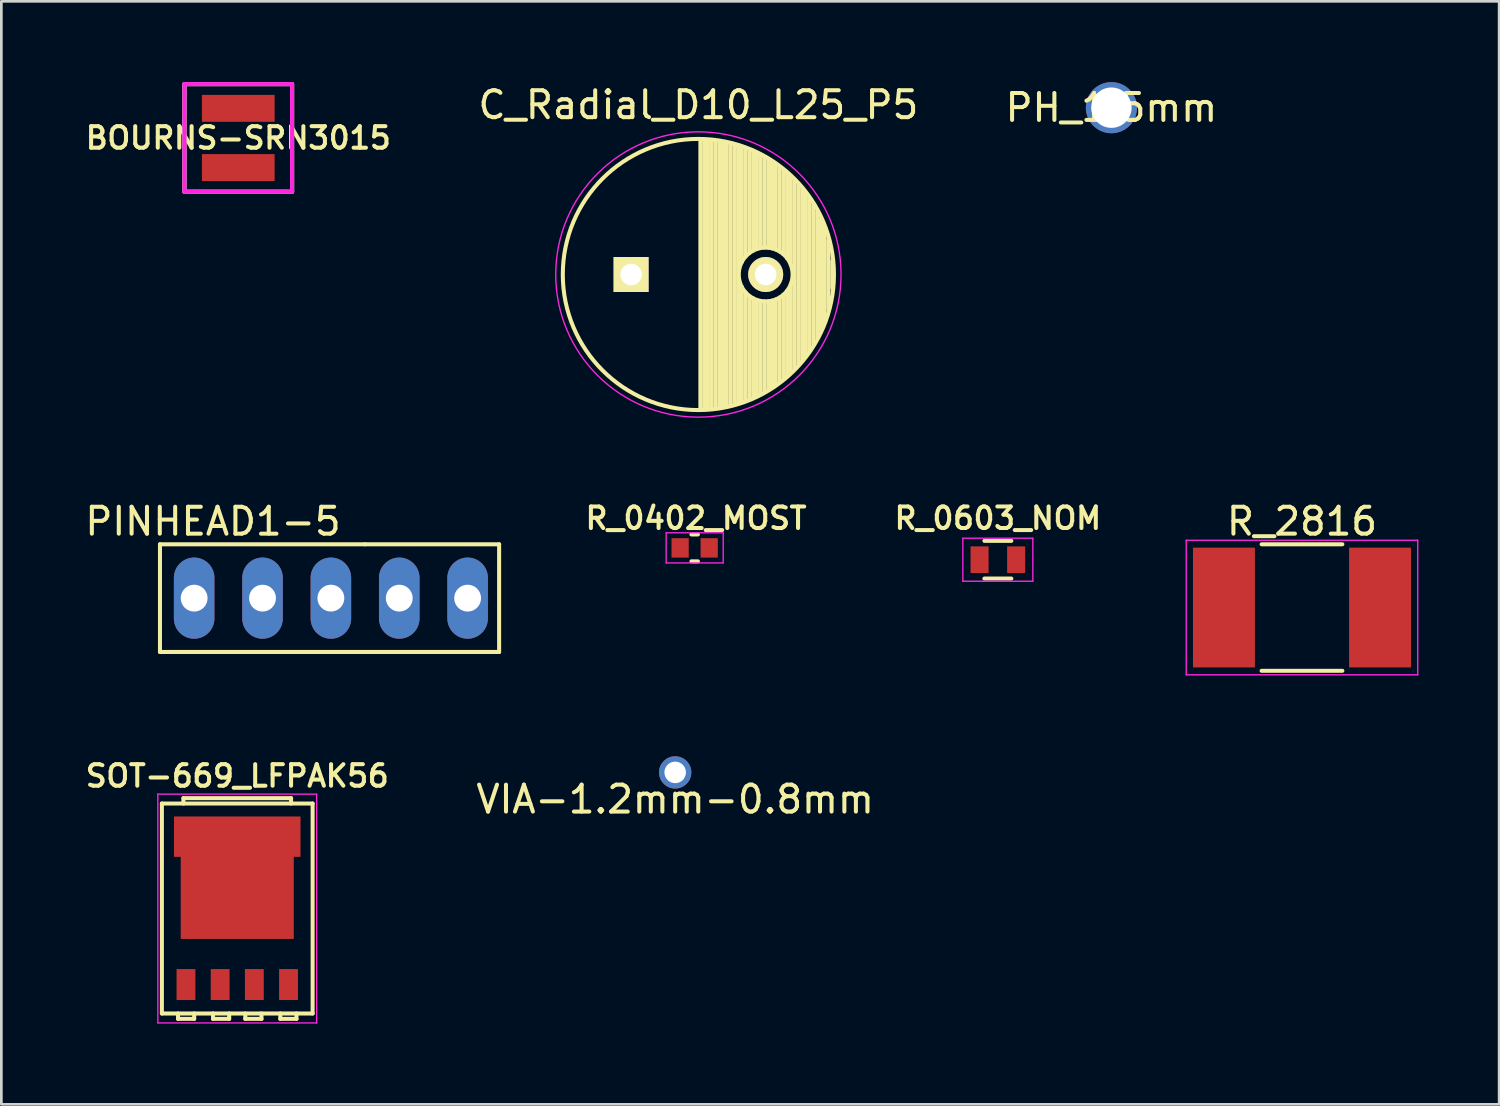
<source format=kicad_pcb>
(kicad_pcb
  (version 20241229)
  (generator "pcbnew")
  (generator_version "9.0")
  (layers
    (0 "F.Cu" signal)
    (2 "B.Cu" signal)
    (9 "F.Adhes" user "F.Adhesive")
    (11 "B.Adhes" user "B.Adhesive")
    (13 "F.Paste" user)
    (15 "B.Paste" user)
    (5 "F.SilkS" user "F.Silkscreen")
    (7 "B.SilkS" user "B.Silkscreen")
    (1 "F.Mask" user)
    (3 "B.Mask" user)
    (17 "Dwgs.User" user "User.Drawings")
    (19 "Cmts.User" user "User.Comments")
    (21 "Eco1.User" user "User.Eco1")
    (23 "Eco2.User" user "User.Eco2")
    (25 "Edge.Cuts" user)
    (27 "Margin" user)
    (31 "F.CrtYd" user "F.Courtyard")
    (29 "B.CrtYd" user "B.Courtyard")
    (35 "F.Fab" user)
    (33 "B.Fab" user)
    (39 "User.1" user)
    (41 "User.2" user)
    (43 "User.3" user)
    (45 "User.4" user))
  (footprint "SOT-669_LFPAK56"
    (layer "F.Cu")
    (at 5.764 30.703)
    (property "Reference" "SOT-669_LFPAK56" (at 0 -4.925 0) (layer "F.SilkS") (effects (font (size 0.8 0.8) (thickness 0.15))))
    (attr smd)
    (fp_line (start -2.8 -3.9) (end 2.8 -3.9) (stroke (width 0.15) (type solid)) (layer "F.SilkS"))
    (fp_line (start -2.8 3.9) (end -2.8 -3.9) (stroke (width 0.15) (type solid)) (layer "F.SilkS"))
    (fp_line (start -2.2 3.9) (end -2.2 4.1) (stroke (width 0.15) (type solid)) (layer "F.SilkS"))
    (fp_line (start -2.2 4.1) (end -1.6 4.1) (stroke (width 0.15) (type solid)) (layer "F.SilkS"))
    (fp_line (start -2 -4.1) (end 2 -4.1) (stroke (width 0.15) (type solid)) (layer "F.SilkS"))
    (fp_line (start -2 -3.9) (end -2 -4.1) (stroke (width 0.15) (type solid)) (layer "F.SilkS"))
    (fp_line (start -1.6 4.1) (end -1.6 3.9) (stroke (width 0.15) (type solid)) (layer "F.SilkS"))
    (fp_line (start -0.9 3.9) (end -0.9 4.1) (stroke (width 0.15) (type solid)) (layer "F.SilkS"))
    (fp_line (start -0.9 4.1) (end -0.3 4.1) (stroke (width 0.15) (type solid)) (layer "F.SilkS"))
    (fp_line (start -0.3 4.1) (end -0.3 3.9) (stroke (width 0.15) (type solid)) (layer "F.SilkS"))
    (fp_line (start 0.3 3.9) (end 0.3 4.1) (stroke (width 0.15) (type solid)) (layer "F.SilkS"))
    (fp_line (start 0.3 4.1) (end 0.9 4.1) (stroke (width 0.15) (type solid)) (layer "F.SilkS"))
    (fp_line (start 0.9 4.1) (end 0.9 3.9) (stroke (width 0.15) (type solid)) (layer "F.SilkS"))
    (fp_line (start 1.6 3.9) (end 1.6 4.1) (stroke (width 0.15) (type solid)) (layer "F.SilkS"))
    (fp_line (start 1.6 4.1) (end 2.2 4.1) (stroke (width 0.15) (type solid)) (layer "F.SilkS"))
    (fp_line (start 2 -4.1) (end 2 -3.9) (stroke (width 0.15) (type solid)) (layer "F.SilkS"))
    (fp_line (start 2.2 4.1) (end 2.2 3.9) (stroke (width 0.15) (type solid)) (layer "F.SilkS"))
    (fp_line (start 2.8 -3.9) (end 2.8 3.9) (stroke (width 0.15) (type solid)) (layer "F.SilkS"))
    (fp_line (start 2.8 3.9) (end -2.8 3.9) (stroke (width 0.15) (type solid)) (layer "F.SilkS"))
    (fp_line (start -2.95 -4.25) (end 2.95 -4.25) (stroke (width 0.05) (type solid)) (layer "F.CrtYd"))
    (fp_line (start -2.95 4.25) (end -2.95 -4.25) (stroke (width 0.05) (type solid)) (layer "F.CrtYd"))
    (fp_line (start -2.95 4.25) (end 2.95 4.25) (stroke (width 0.05) (type solid)) (layer "F.CrtYd"))
    (fp_line (start 2.95 -4.25) (end 2.95 4.25) (stroke (width 0.05) (type solid)) (layer "F.CrtYd"))
    (pad "1" smd rect (at -1.905 2.825) (size 0.7 1.15) (layers "F.Cu" "F.Mask" "F.Paste"))
    (pad "2" smd rect (at -0.635 2.825) (size 0.7 1.15) (layers "F.Cu" "F.Mask" "F.Paste"))
    (pad "3" smd rect (at 0.635 2.825) (size 0.7 1.15) (layers "F.Cu" "F.Mask" "F.Paste"))
    (pad "4" smd rect (at 1.905 2.825) (size 0.7 1.15) (layers "F.Cu" "F.Mask" "F.Paste"))
    (pad "5" smd rect (at -1.875 -2.9) (size 0.6 0.9) (layers "F.Cu" "F.Paste"))
    (pad "5" smd rect (at -1.15 -1.05 90) (size 0.6 0.9) (layers "F.Cu" "F.Paste"))
    (pad "5" smd rect (at -1.15 -0.2 90) (size 0.6 0.9) (layers "F.Cu" "F.Paste"))
    (pad "5" smd rect (at -1.15 0.65 90) (size 0.6 0.9) (layers "F.Cu" "F.Paste"))
    (pad "5" smd rect (at -0.6 -2.9) (size 0.6 0.9) (layers "F.Cu" "F.Paste"))
    (pad "5" smd rect (at 0 -2.67) (size 4.7 1.5) (layers "F.Cu" "F.Mask"))
    (pad "5" smd rect (at 0 -1.05 90) (size 0.6 0.9) (layers "F.Cu" "F.Paste"))
    (pad "5" smd rect (at 0 -0.67) (size 4.2 3.6) (layers "F.Cu" "F.Mask"))
    (pad "5" smd rect (at 0 -0.2 90) (size 0.6 0.9) (layers "F.Cu" "F.Paste"))
    (pad "5" smd rect (at 0 0.65 90) (size 0.6 0.9) (layers "F.Cu" "F.Paste"))
    (pad "5" smd rect (at 0.6 -2.9) (size 0.6 0.9) (layers "F.Cu" "F.Paste"))
    (pad "5" smd rect (at 1.15 -1.05 90) (size 0.6 0.9) (layers "F.Cu" "F.Paste"))
    (pad "5" smd rect (at 1.15 -0.2 90) (size 0.6 0.9) (layers "F.Cu" "F.Paste"))
    (pad "5" smd rect (at 1.15 0.65 90) (size 0.6 0.9) (layers "F.Cu" "F.Paste"))
    (pad "5" smd rect (at 1.875 -2.9) (size 0.6 0.9) (layers "F.Cu" "F.Paste")))
  (footprint "PH_1.5mm"
    (layer "F.Cu")
    (at 38.241 0.95)
    (property "Reference" "PH_1.5mm" (at 0 0 0) (layer "F.SilkS") (effects (font (size 1 1) (thickness 0.15))))
    (attr through_hole)
    (pad "1" thru_hole circle (at 0 0) (size 1.9 1.9) (drill 1.5) (layers "*.Cu" "*.Mask")))
  (footprint "R_2816"
    (layer "F.Cu")
    (at 45.321 19.521)
    (property "Reference" "R_2816" (at 0 -3.2 0) (layer "F.SilkS") (effects (font (size 1 1) (thickness 0.15))))
    (attr smd)
    (fp_line (start -1.5 -2.35) (end 1.5 -2.35) (stroke (width 0.15) (type solid)) (layer "F.SilkS"))
    (fp_line (start -1.5 2.35) (end 1.5 2.35) (stroke (width 0.15) (type solid)) (layer "F.SilkS"))
    (fp_line (start -4.3 -2.5) (end 4.3 -2.5) (stroke (width 0.05) (type solid)) (layer "F.CrtYd"))
    (fp_line (start -4.3 2.5) (end -4.3 -2.5) (stroke (width 0.05) (type solid)) (layer "F.CrtYd"))
    (fp_line (start 4.3 -2.5) (end 4.3 2.5) (stroke (width 0.05) (type solid)) (layer "F.CrtYd"))
    (fp_line (start 4.3 2.5) (end -4.3 2.5) (stroke (width 0.05) (type solid)) (layer "F.CrtYd"))
    (pad "1" smd rect (at -2.9 0) (size 2.3 4.45) (layers "F.Cu" "F.Mask" "F.Paste"))
    (pad "2" smd rect (at 2.9 0) (size 2.3 4.45) (layers "F.Cu" "F.Mask" "F.Paste")))
  (footprint "C_Radial_D10_L25_P5"
    (layer "F.Cu")
    (at 20.396 7.148)
    (property "Reference" "C_Radial_D10_L25_P5" (at 2.5 -6.3 0) (layer "F.SilkS") (effects (font (size 1 1) (thickness 0.15))))
    (attr through_hole)
    (fp_line (start 2.575 -4.999) (end 2.575 4.999) (stroke (width 0.15) (type solid)) (layer "F.SilkS"))
    (fp_line (start 2.715 -4.995) (end 2.715 4.995) (stroke (width 0.15) (type solid)) (layer "F.SilkS"))
    (fp_line (start 2.855 -4.987) (end 2.855 4.987) (stroke (width 0.15) (type solid)) (layer "F.SilkS"))
    (fp_line (start 2.995 -4.975) (end 2.995 4.975) (stroke (width 0.15) (type solid)) (layer "F.SilkS"))
    (fp_line (start 3.135 -4.96) (end 3.135 4.96) (stroke (width 0.15) (type solid)) (layer "F.SilkS"))
    (fp_line (start 3.275 -4.94) (end 3.275 4.94) (stroke (width 0.15) (type solid)) (layer "F.SilkS"))
    (fp_line (start 3.415 -4.916) (end 3.415 4.916) (stroke (width 0.15) (type solid)) (layer "F.SilkS"))
    (fp_line (start 3.555 -4.887) (end 3.555 4.887) (stroke (width 0.15) (type solid)) (layer "F.SilkS"))
    (fp_line (start 3.695 -4.855) (end 3.695 4.855) (stroke (width 0.15) (type solid)) (layer "F.SilkS"))
    (fp_line (start 3.835 -4.818) (end 3.835 4.818) (stroke (width 0.15) (type solid)) (layer "F.SilkS"))
    (fp_line (start 3.975 -4.777) (end 3.975 4.777) (stroke (width 0.15) (type solid)) (layer "F.SilkS"))
    (fp_line (start 4.115 -4.732) (end 4.115 -0.466) (stroke (width 0.15) (type solid)) (layer "F.SilkS"))
    (fp_line (start 4.115 0.466) (end 4.115 4.732) (stroke (width 0.15) (type solid)) (layer "F.SilkS"))
    (fp_line (start 4.255 -4.682) (end 4.255 -0.667) (stroke (width 0.15) (type solid)) (layer "F.SilkS"))
    (fp_line (start 4.255 0.667) (end 4.255 4.682) (stroke (width 0.15) (type solid)) (layer "F.SilkS"))
    (fp_line (start 4.395 -4.627) (end 4.395 -0.796) (stroke (width 0.15) (type solid)) (layer "F.SilkS"))
    (fp_line (start 4.395 0.796) (end 4.395 4.627) (stroke (width 0.15) (type solid)) (layer "F.SilkS"))
    (fp_line (start 4.535 -4.567) (end 4.535 -0.885) (stroke (width 0.15) (type solid)) (layer "F.SilkS"))
    (fp_line (start 4.535 0.885) (end 4.535 4.567) (stroke (width 0.15) (type solid)) (layer "F.SilkS"))
    (fp_line (start 4.675 -4.502) (end 4.675 -0.946) (stroke (width 0.15) (type solid)) (layer "F.SilkS"))
    (fp_line (start 4.675 0.946) (end 4.675 4.502) (stroke (width 0.15) (type solid)) (layer "F.SilkS"))
    (fp_line (start 4.815 -4.432) (end 4.815 -0.983) (stroke (width 0.15) (type solid)) (layer "F.SilkS"))
    (fp_line (start 4.815 0.983) (end 4.815 4.432) (stroke (width 0.15) (type solid)) (layer "F.SilkS"))
    (fp_line (start 4.955 -4.356) (end 4.955 -0.999) (stroke (width 0.15) (type solid)) (layer "F.SilkS"))
    (fp_line (start 4.955 0.999) (end 4.955 4.356) (stroke (width 0.15) (type solid)) (layer "F.SilkS"))
    (fp_line (start 5.095 -4.274) (end 5.095 -0.995) (stroke (width 0.15) (type solid)) (layer "F.SilkS"))
    (fp_line (start 5.095 0.995) (end 5.095 4.274) (stroke (width 0.15) (type solid)) (layer "F.SilkS"))
    (fp_line (start 5.235 -4.186) (end 5.235 -0.972) (stroke (width 0.15) (type solid)) (layer "F.SilkS"))
    (fp_line (start 5.235 0.972) (end 5.235 4.186) (stroke (width 0.15) (type solid)) (layer "F.SilkS"))
    (fp_line (start 5.375 -4.091) (end 5.375 -0.927) (stroke (width 0.15) (type solid)) (layer "F.SilkS"))
    (fp_line (start 5.375 0.927) (end 5.375 4.091) (stroke (width 0.15) (type solid)) (layer "F.SilkS"))
    (fp_line (start 5.515 -3.989) (end 5.515 -0.857) (stroke (width 0.15) (type solid)) (layer "F.SilkS"))
    (fp_line (start 5.515 0.857) (end 5.515 3.989) (stroke (width 0.15) (type solid)) (layer "F.SilkS"))
    (fp_line (start 5.655 -3.879) (end 5.655 -0.756) (stroke (width 0.15) (type solid)) (layer "F.SilkS"))
    (fp_line (start 5.655 0.756) (end 5.655 3.879) (stroke (width 0.15) (type solid)) (layer "F.SilkS"))
    (fp_line (start 5.795 -3.761) (end 5.795 -0.607) (stroke (width 0.15) (type solid)) (layer "F.SilkS"))
    (fp_line (start 5.795 0.607) (end 5.795 3.761) (stroke (width 0.15) (type solid)) (layer "F.SilkS"))
    (fp_line (start 5.935 -3.633) (end 5.935 -0.355) (stroke (width 0.15) (type solid)) (layer "F.SilkS"))
    (fp_line (start 5.935 0.355) (end 5.935 3.633) (stroke (width 0.15) (type solid)) (layer "F.SilkS"))
    (fp_line (start 6.075 -3.496) (end 6.075 3.496) (stroke (width 0.15) (type solid)) (layer "F.SilkS"))
    (fp_line (start 6.215 -3.346) (end 6.215 3.346) (stroke (width 0.15) (type solid)) (layer "F.SilkS"))
    (fp_line (start 6.355 -3.184) (end 6.355 3.184) (stroke (width 0.15) (type solid)) (layer "F.SilkS"))
    (fp_line (start 6.495 -3.007) (end 6.495 3.007) (stroke (width 0.15) (type solid)) (layer "F.SilkS"))
    (fp_line (start 6.635 -2.811) (end 6.635 2.811) (stroke (width 0.15) (type solid)) (layer "F.SilkS"))
    (fp_line (start 6.775 -2.593) (end 6.775 2.593) (stroke (width 0.15) (type solid)) (layer "F.SilkS"))
    (fp_line (start 6.915 -2.347) (end 6.915 2.347) (stroke (width 0.15) (type solid)) (layer "F.SilkS"))
    (fp_line (start 7.055 -2.062) (end 7.055 2.062) (stroke (width 0.15) (type solid)) (layer "F.SilkS"))
    (fp_line (start 7.195 -1.72) (end 7.195 1.72) (stroke (width 0.15) (type solid)) (layer "F.SilkS"))
    (fp_line (start 7.335 -1.274) (end 7.335 1.274) (stroke (width 0.15) (type solid)) (layer "F.SilkS"))
    (fp_line (start 7.475 -0.499) (end 7.475 0.499) (stroke (width 0.15) (type solid)) (layer "F.SilkS"))
    (fp_circle (center 2.5 0) (end 2.5 -5.037) (stroke (width 0.15) (type solid)) (fill no) (layer "F.SilkS"))
    (fp_circle (center 5 0) (end 5 -1) (stroke (width 0.15) (type solid)) (fill no) (layer "F.SilkS"))
    (fp_circle (center 2.5 0) (end 2.5 -5.3) (stroke (width 0.05) (type solid)) (fill no) (layer "F.CrtYd"))
    (pad "1" thru_hole rect (at 0 0) (size 1.3 1.3) (drill 0.8) (layers "*.Cu" "*.Mask" "F.SilkS"))
    (pad "2" thru_hole circle (at 5 0) (size 1.3 1.3) (drill 0.8) (layers "*.Cu" "*.Mask" "F.SilkS")))
  (footprint "PINHEAD1-5"
    (layer "F.Cu")
    (at 9.243 19.172)
    (property "Reference" "PINHEAD1-5" (at -4.38 -2.85 0) (layer "F.SilkS") (effects (font (size 1 1) (thickness 0.15))))
    (attr exclude_from_pos_files exclude_from_bom)
    (fp_line (start -6.35 -2) (end -6.35 2) (stroke (width 0.15) (type solid)) (layer "F.SilkS"))
    (fp_line (start -6.35 -2) (end 1.27 -2) (stroke (width 0.15) (type solid)) (layer "F.SilkS"))
    (fp_line (start 1.27 -2) (end 6.25 -2) (stroke (width 0.15) (type solid)) (layer "F.SilkS"))
    (fp_line (start 1.27 2) (end -6.35 2) (stroke (width 0.15) (type solid)) (layer "F.SilkS"))
    (fp_line (start 1.27 2) (end 6.25 2) (stroke (width 0.15) (type solid)) (layer "F.SilkS"))
    (fp_line (start 6.25 -2) (end 6.25 2) (stroke (width 0.15) (type solid)) (layer "F.SilkS"))
    (pad "1" thru_hole oval (at -5.08 0) (size 1.506 3.015) (drill 0.998) (layers "*.Cu" "*.Mask"))
    (pad "2" thru_hole oval (at -2.54 0) (size 1.506 3.015) (drill 0.998) (layers "*.Cu" "*.Mask"))
    (pad "3" thru_hole oval (at 0 0) (size 1.506 3.015) (drill 0.998) (layers "*.Cu" "*.Mask"))
    (pad "4" thru_hole oval (at 2.54 0) (size 1.506 3.015) (drill 0.998) (layers "*.Cu" "*.Mask"))
    (pad "5" thru_hole oval (at 5.08 0) (size 1.506 3.015) (drill 0.998) (layers "*.Cu" "*.Mask")))
  (footprint "BOURNS-SRN3015"
    (layer "F.Cu")
    (at 5.802 2.075)
    (property "Reference" "BOURNS-SRN3015" (at 0 0 0) (layer "F.SilkS") (effects (font (size 0.8 0.8) (thickness 0.15))))
    (attr smd)
    (fp_line (start -2 -2) (end 2 -2) (stroke (width 0.15) (type solid)) (layer "F.SilkS"))
    (fp_line (start -2 2) (end -2 -2) (stroke (width 0.15) (type solid)) (layer "F.SilkS"))
    (fp_line (start 2 -2) (end 2 2) (stroke (width 0.15) (type solid)) (layer "F.SilkS"))
    (fp_line (start 2 2) (end -2 2) (stroke (width 0.15) (type solid)) (layer "F.SilkS"))
    (fp_line (start -2 -2) (end -2 2) (stroke (width 0.15) (type solid)) (layer "F.CrtYd"))
    (fp_line (start -2 2) (end 2 2) (stroke (width 0.15) (type solid)) (layer "F.CrtYd"))
    (fp_line (start 2 -2) (end -2 -2) (stroke (width 0.15) (type solid)) (layer "F.CrtYd"))
    (fp_line (start 2 2) (end 2 -2) (stroke (width 0.15) (type solid)) (layer "F.CrtYd"))
    (fp_line (start -2 -2) (end -2 2) (stroke (width 0.15) (type solid)) (layer "F.Fab"))
    (fp_line (start -2 2) (end 2 2) (stroke (width 0.15) (type solid)) (layer "F.Fab"))
    (fp_line (start 2 -2) (end -2 -2) (stroke (width 0.15) (type solid)) (layer "F.Fab"))
    (fp_line (start 2 2) (end 2 -2) (stroke (width 0.15) (type solid)) (layer "F.Fab"))
    (pad "1" smd rect (at 0 -1.1) (size 2.7 1) (layers "F.Cu" "F.Mask" "F.Paste"))
    (pad "2" smd rect (at 0 1.1) (size 2.7 1) (layers "F.Cu" "F.Mask" "F.Paste")))
  (footprint "R_0603_NOM"
    (layer "F.Cu")
    (at 34.022 17.744)
    (property "Reference" "R_0603_NOM" (at 0 -1.54 0) (layer "F.SilkS") (effects (font (size 0.8 0.8) (thickness 0.15))))
    (attr smd)
    (fp_line (start -0.5 -0.7) (end 0.5 -0.7) (stroke (width 0.15) (type solid)) (layer "F.SilkS"))
    (fp_line (start 0.5 0.7) (end -0.5 0.7) (stroke (width 0.15) (type solid)) (layer "F.SilkS"))
    (fp_line (start -1.3 -0.8) (end -1.3 0.8) (stroke (width 0.05) (type solid)) (layer "F.CrtYd"))
    (fp_line (start -1.3 -0.8) (end 1.3 -0.8) (stroke (width 0.05) (type solid)) (layer "F.CrtYd"))
    (fp_line (start -1.3 0.8) (end 1.3 0.8) (stroke (width 0.05) (type solid)) (layer "F.CrtYd"))
    (fp_line (start 1.3 -0.8) (end 1.3 0.8) (stroke (width 0.05) (type solid)) (layer "F.CrtYd"))
    (pad "1" smd rect (at -0.68 0) (size 0.67 0.99) (layers "F.Cu" "F.Mask" "F.Paste"))
    (pad "2" smd rect (at 0.68 0) (size 0.67 0.99) (layers "F.Cu" "F.Mask" "F.Paste")))
  (footprint "R_0402_MOST"
    (layer "F.Cu")
    (at 22.758 17.305)
    (property "Reference" "R_0402_MOST" (at 0.05 -1.1 0) (layer "F.SilkS") (effects (font (size 0.8 0.8) (thickness 0.15))))
    (attr smd)
    (fp_line (start -0.12 -0.5) (end 0.12 -0.5) (stroke (width 0.15) (type solid)) (layer "F.SilkS"))
    (fp_line (start 0.12 0.5) (end -0.12 0.5) (stroke (width 0.15) (type solid)) (layer "F.SilkS"))
    (fp_line (start -1.06 -0.56) (end -1.06 0.56) (stroke (width 0.05) (type solid)) (layer "F.CrtYd"))
    (fp_line (start -1.06 -0.56) (end 1.06 -0.56) (stroke (width 0.05) (type solid)) (layer "F.CrtYd"))
    (fp_line (start -1.06 0.56) (end 1.06 0.56) (stroke (width 0.05) (type solid)) (layer "F.CrtYd"))
    (fp_line (start 1.06 -0.56) (end 1.06 0.56) (stroke (width 0.05) (type solid)) (layer "F.CrtYd"))
    (pad "1" smd rect (at -0.54 0) (size 0.64 0.72) (layers "F.Cu" "F.Mask" "F.Paste"))
    (pad "2" smd rect (at 0.54 0) (size 0.64 0.72) (layers "F.Cu" "F.Mask" "F.Paste")))
  (footprint "VIA-1.2mm-0.8mm"
    (layer "F.Cu")
    (at 22.034 25.646)
    (property "Reference" "VIA-1.2mm-0.8mm" (at 0 1 0) (layer "F.SilkS") (effects (font (size 1 1) (thickness 0.15))))
    (attr through_hole)
    (pad "1" thru_hole circle (at 0 0) (size 1.2 1.2) (drill 0.8) (layers "*.Cu")))
  (gr_rect
    (start -3 -3)
    (end 52.646 37.978)
    (stroke (width 0.1) (type default))
    (fill no)
    (layer "Edge.Cuts")))
</source>
